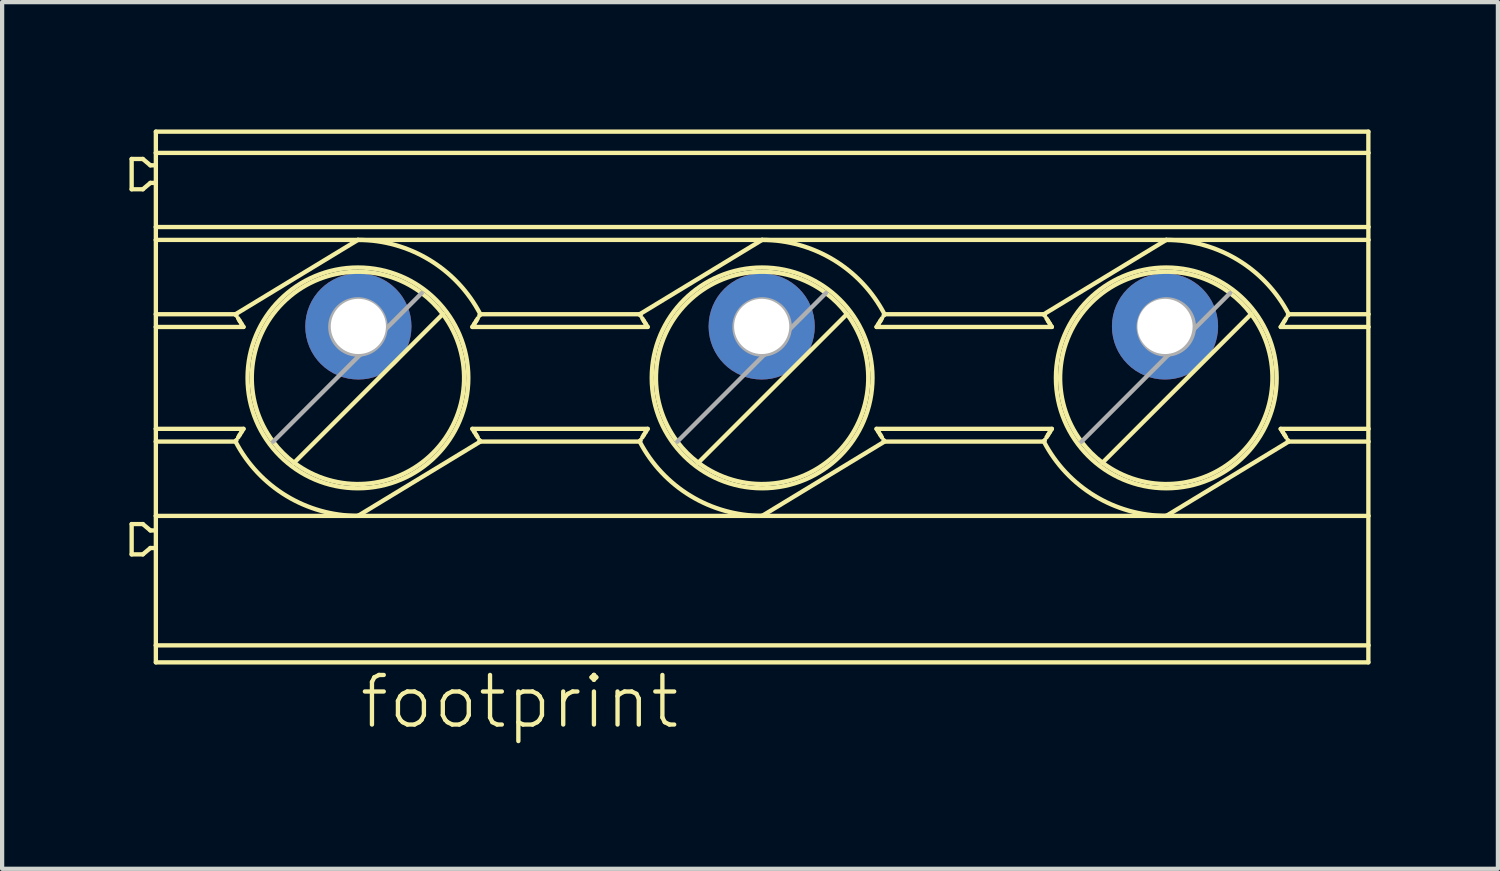
<source format=kicad_pcb>
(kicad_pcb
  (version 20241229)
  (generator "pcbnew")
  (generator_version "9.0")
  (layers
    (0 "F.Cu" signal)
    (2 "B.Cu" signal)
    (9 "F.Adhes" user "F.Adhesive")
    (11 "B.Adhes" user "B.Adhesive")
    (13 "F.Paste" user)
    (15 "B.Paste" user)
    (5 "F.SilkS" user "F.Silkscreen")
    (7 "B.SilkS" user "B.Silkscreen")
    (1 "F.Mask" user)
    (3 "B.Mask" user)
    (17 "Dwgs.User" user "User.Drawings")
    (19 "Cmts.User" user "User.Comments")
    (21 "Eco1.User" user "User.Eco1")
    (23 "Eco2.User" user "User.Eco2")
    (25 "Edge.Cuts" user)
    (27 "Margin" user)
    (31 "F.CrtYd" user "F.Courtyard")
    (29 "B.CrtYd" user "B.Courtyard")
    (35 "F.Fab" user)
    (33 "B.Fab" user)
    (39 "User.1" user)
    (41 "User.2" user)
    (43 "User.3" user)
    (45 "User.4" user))
  (footprint "footprint"
    (layer "F.Cu")
    (at 14.891 4.639)
    (property "Reference" "footprint" (at -9.525 9.525 0) (layer "F.SilkS") (effects (font (size 1.168 1.168) (thickness 0.102)) (justify left bottom)))
    (fp_line (start -14.84 -3.945) (end -14.577 -3.945) (stroke (width 0.102) (type solid)) (layer "F.SilkS"))
    (fp_line (start -14.84 -3.231) (end -14.84 -3.945) (stroke (width 0.102) (type solid)) (layer "F.SilkS"))
    (fp_line (start -14.84 5.369) (end -14.84 4.655) (stroke (width 0.102) (type solid)) (layer "F.SilkS"))
    (fp_line (start -14.577 -3.231) (end -14.84 -3.231) (stroke (width 0.102) (type solid)) (layer "F.SilkS"))
    (fp_line (start -14.577 4.655) (end -14.84 4.655) (stroke (width 0.102) (type solid)) (layer "F.SilkS"))
    (fp_line (start -14.577 4.655) (end -14.399 4.805) (stroke (width 0.102) (type solid)) (layer "F.SilkS"))
    (fp_line (start -14.577 5.369) (end -14.84 5.369) (stroke (width 0.102) (type solid)) (layer "F.SilkS"))
    (fp_line (start -14.399 -3.795) (end -14.577 -3.945) (stroke (width 0.102) (type solid)) (layer "F.SilkS"))
    (fp_line (start -14.399 -3.795) (end -14.27 -3.795) (stroke (width 0.102) (type solid)) (layer "F.SilkS"))
    (fp_line (start -14.399 -3.381) (end -14.577 -3.231) (stroke (width 0.102) (type solid)) (layer "F.SilkS"))
    (fp_line (start -14.399 4.805) (end -14.27 4.805) (stroke (width 0.102) (type solid)) (layer "F.SilkS"))
    (fp_line (start -14.399 5.219) (end -14.577 5.369) (stroke (width 0.102) (type solid)) (layer "F.SilkS"))
    (fp_line (start -14.27 -4.588) (end -14.27 -4.088) (stroke (width 0.102) (type solid)) (layer "F.SilkS"))
    (fp_line (start -14.27 -4.588) (end 14.29 -4.588) (stroke (width 0.102) (type solid)) (layer "F.SilkS"))
    (fp_line (start -14.27 -3.795) (end -14.27 -4.088) (stroke (width 0.102) (type solid)) (layer "F.SilkS"))
    (fp_line (start -14.27 -3.381) (end -14.399 -3.381) (stroke (width 0.102) (type solid)) (layer "F.SilkS"))
    (fp_line (start -14.27 -3.381) (end -14.27 -3.795) (stroke (width 0.102) (type solid)) (layer "F.SilkS"))
    (fp_line (start -14.27 -2.342) (end -14.27 -3.381) (stroke (width 0.102) (type solid)) (layer "F.SilkS"))
    (fp_line (start -14.27 -2.038) (end -14.27 -2.342) (stroke (width 0.102) (type solid)) (layer "F.SilkS"))
    (fp_line (start -14.27 -0.288) (end -14.27 -2.038) (stroke (width 0.102) (type solid)) (layer "F.SilkS"))
    (fp_line (start -14.27 -0.288) (end -14.27 0.012) (stroke (width 0.102) (type solid)) (layer "F.SilkS"))
    (fp_line (start -14.27 -0.288) (end -12.393 -0.288) (stroke (width 0.102) (type solid)) (layer "F.SilkS"))
    (fp_line (start -14.27 0.012) (end -14.27 2.412) (stroke (width 0.102) (type solid)) (layer "F.SilkS"))
    (fp_line (start -14.27 0.012) (end -12.205 0.012) (stroke (width 0.102) (type solid)) (layer "F.SilkS"))
    (fp_line (start -14.27 2.712) (end -14.27 2.412) (stroke (width 0.102) (type solid)) (layer "F.SilkS"))
    (fp_line (start -14.27 4.462) (end -14.27 2.712) (stroke (width 0.102) (type solid)) (layer "F.SilkS"))
    (fp_line (start -14.27 4.805) (end -14.27 4.462) (stroke (width 0.102) (type solid)) (layer "F.SilkS"))
    (fp_line (start -14.27 5.219) (end -14.399 5.219) (stroke (width 0.102) (type solid)) (layer "F.SilkS"))
    (fp_line (start -14.27 5.219) (end -14.27 4.805) (stroke (width 0.102) (type solid)) (layer "F.SilkS"))
    (fp_line (start -14.27 7.512) (end -14.27 5.219) (stroke (width 0.102) (type solid)) (layer "F.SilkS"))
    (fp_line (start -14.27 7.512) (end -14.27 7.912) (stroke (width 0.102) (type solid)) (layer "F.SilkS"))
    (fp_line (start -14.27 7.512) (end 14.29 7.512) (stroke (width 0.102) (type solid)) (layer "F.SilkS"))
    (fp_line (start -12.393 2.712) (end -14.27 2.712) (stroke (width 0.102) (type solid)) (layer "F.SilkS"))
    (fp_line (start -12.387 2.701) (end -12.38 2.689) (stroke (width 0.102) (type solid)) (layer "F.SilkS"))
    (fp_line (start -12.38 -0.266) (end -12.387 -0.277) (stroke (width 0.102) (type solid)) (layer "F.SilkS"))
    (fp_line (start -12.38 2.689) (end -12.372 2.678) (stroke (width 0.102) (type solid)) (layer "F.SilkS"))
    (fp_line (start -12.372 -0.254) (end -12.38 -0.266) (stroke (width 0.102) (type solid)) (layer "F.SilkS"))
    (fp_line (start -12.333 2.615) (end -12.294 2.552) (stroke (width 0.102) (type solid)) (layer "F.SilkS"))
    (fp_line (start -12.294 -0.128) (end -12.333 -0.191) (stroke (width 0.102) (type solid)) (layer "F.SilkS"))
    (fp_line (start -12.294 2.552) (end -12.255 2.49) (stroke (width 0.102) (type solid)) (layer "F.SilkS"))
    (fp_line (start -12.255 -0.066) (end -12.294 -0.128) (stroke (width 0.102) (type solid)) (layer "F.SilkS"))
    (fp_line (start -12.205 2.412) (end -14.27 2.412) (stroke (width 0.102) (type solid)) (layer "F.SilkS"))
    (fp_line (start -9.51 -2.038) (end -14.27 -2.038) (stroke (width 0.102) (type solid)) (layer "F.SilkS"))
    (fp_line (start -9.51 -2.038) (end -12.393 -0.288) (stroke (width 0.102) (type solid)) (layer "F.SilkS"))
    (fp_line (start -9.51 4.462) (end -14.27 4.462) (stroke (width 0.102) (type solid)) (layer "F.SilkS"))
    (fp_line (start -9.51 4.462) (end -6.627 2.712) (stroke (width 0.102) (type solid)) (layer "F.SilkS"))
    (fp_line (start -9.51 4.462) (end 0.01 4.462) (stroke (width 0.102) (type solid)) (layer "F.SilkS"))
    (fp_line (start -7.512 -0.291) (end -11.013 3.21) (stroke (width 0.102) (type solid)) (layer "F.SilkS"))
    (fp_line (start -6.815 0.012) (end -2.685 0.012) (stroke (width 0.102) (type solid)) (layer "F.SilkS"))
    (fp_line (start -6.765 2.49) (end -6.726 2.552) (stroke (width 0.102) (type solid)) (layer "F.SilkS"))
    (fp_line (start -6.726 -0.128) (end -6.765 -0.066) (stroke (width 0.102) (type solid)) (layer "F.SilkS"))
    (fp_line (start -6.726 2.552) (end -6.687 2.615) (stroke (width 0.102) (type solid)) (layer "F.SilkS"))
    (fp_line (start -6.687 -0.191) (end -6.726 -0.128) (stroke (width 0.102) (type solid)) (layer "F.SilkS"))
    (fp_line (start -6.648 2.678) (end -6.641 2.689) (stroke (width 0.102) (type solid)) (layer "F.SilkS"))
    (fp_line (start -6.641 -0.266) (end -6.648 -0.254) (stroke (width 0.102) (type solid)) (layer "F.SilkS"))
    (fp_line (start -6.641 2.689) (end -6.633 2.701) (stroke (width 0.102) (type solid)) (layer "F.SilkS"))
    (fp_line (start -6.633 -0.277) (end -6.641 -0.266) (stroke (width 0.102) (type solid)) (layer "F.SilkS"))
    (fp_line (start -6.627 -0.288) (end -2.873 -0.288) (stroke (width 0.102) (type solid)) (layer "F.SilkS"))
    (fp_line (start -2.873 2.712) (end -6.627 2.712) (stroke (width 0.102) (type solid)) (layer "F.SilkS"))
    (fp_line (start -2.867 2.701) (end -2.86 2.689) (stroke (width 0.102) (type solid)) (layer "F.SilkS"))
    (fp_line (start -2.86 2.689) (end -2.852 2.678) (stroke (width 0.102) (type solid)) (layer "F.SilkS"))
    (fp_line (start -2.859 -0.266) (end -2.867 -0.277) (stroke (width 0.102) (type solid)) (layer "F.SilkS"))
    (fp_line (start -2.852 -0.254) (end -2.859 -0.266) (stroke (width 0.102) (type solid)) (layer "F.SilkS"))
    (fp_line (start -2.813 2.615) (end -2.774 2.552) (stroke (width 0.102) (type solid)) (layer "F.SilkS"))
    (fp_line (start -2.774 -0.128) (end -2.813 -0.191) (stroke (width 0.102) (type solid)) (layer "F.SilkS"))
    (fp_line (start -2.774 2.552) (end -2.735 2.49) (stroke (width 0.102) (type solid)) (layer "F.SilkS"))
    (fp_line (start -2.735 -0.066) (end -2.774 -0.128) (stroke (width 0.102) (type solid)) (layer "F.SilkS"))
    (fp_line (start -2.685 2.412) (end -6.815 2.412) (stroke (width 0.102) (type solid)) (layer "F.SilkS"))
    (fp_line (start 0.01 -2.038) (end -9.51 -2.038) (stroke (width 0.102) (type solid)) (layer "F.SilkS"))
    (fp_line (start 0.01 -2.038) (end -2.873 -0.288) (stroke (width 0.102) (type solid)) (layer "F.SilkS"))
    (fp_line (start 0.01 4.462) (end 2.893 2.712) (stroke (width 0.102) (type solid)) (layer "F.SilkS"))
    (fp_line (start 0.01 4.462) (end 9.53 4.462) (stroke (width 0.102) (type solid)) (layer "F.SilkS"))
    (fp_line (start 2.008 -0.291) (end -1.493 3.21) (stroke (width 0.102) (type solid)) (layer "F.SilkS"))
    (fp_line (start 2.705 0.012) (end 6.835 0.012) (stroke (width 0.102) (type solid)) (layer "F.SilkS"))
    (fp_line (start 2.755 2.49) (end 2.794 2.552) (stroke (width 0.102) (type solid)) (layer "F.SilkS"))
    (fp_line (start 2.794 -0.128) (end 2.755 -0.066) (stroke (width 0.102) (type solid)) (layer "F.SilkS"))
    (fp_line (start 2.794 2.552) (end 2.833 2.615) (stroke (width 0.102) (type solid)) (layer "F.SilkS"))
    (fp_line (start 2.833 -0.191) (end 2.794 -0.128) (stroke (width 0.102) (type solid)) (layer "F.SilkS"))
    (fp_line (start 2.872 2.678) (end 2.88 2.689) (stroke (width 0.102) (type solid)) (layer "F.SilkS"))
    (fp_line (start 2.88 -0.266) (end 2.872 -0.254) (stroke (width 0.102) (type solid)) (layer "F.SilkS"))
    (fp_line (start 2.88 2.689) (end 2.887 2.701) (stroke (width 0.102) (type solid)) (layer "F.SilkS"))
    (fp_line (start 2.887 -0.277) (end 2.88 -0.266) (stroke (width 0.102) (type solid)) (layer "F.SilkS"))
    (fp_line (start 2.893 -0.288) (end 6.647 -0.288) (stroke (width 0.102) (type solid)) (layer "F.SilkS"))
    (fp_line (start 6.647 2.712) (end 2.893 2.712) (stroke (width 0.102) (type solid)) (layer "F.SilkS"))
    (fp_line (start 6.653 2.701) (end 6.66 2.689) (stroke (width 0.102) (type solid)) (layer "F.SilkS"))
    (fp_line (start 6.66 2.689) (end 6.668 2.678) (stroke (width 0.102) (type solid)) (layer "F.SilkS"))
    (fp_line (start 6.661 -0.266) (end 6.653 -0.277) (stroke (width 0.102) (type solid)) (layer "F.SilkS"))
    (fp_line (start 6.668 -0.254) (end 6.661 -0.266) (stroke (width 0.102) (type solid)) (layer "F.SilkS"))
    (fp_line (start 6.707 2.615) (end 6.746 2.552) (stroke (width 0.102) (type solid)) (layer "F.SilkS"))
    (fp_line (start 6.746 -0.128) (end 6.707 -0.191) (stroke (width 0.102) (type solid)) (layer "F.SilkS"))
    (fp_line (start 6.746 2.552) (end 6.785 2.49) (stroke (width 0.102) (type solid)) (layer "F.SilkS"))
    (fp_line (start 6.785 -0.066) (end 6.746 -0.128) (stroke (width 0.102) (type solid)) (layer "F.SilkS"))
    (fp_line (start 6.835 2.412) (end 2.705 2.412) (stroke (width 0.102) (type solid)) (layer "F.SilkS"))
    (fp_line (start 9.53 -2.038) (end 0.01 -2.038) (stroke (width 0.102) (type solid)) (layer "F.SilkS"))
    (fp_line (start 9.53 -2.038) (end 6.647 -0.288) (stroke (width 0.102) (type solid)) (layer "F.SilkS"))
    (fp_line (start 9.53 -2.038) (end 14.29 -2.038) (stroke (width 0.102) (type solid)) (layer "F.SilkS"))
    (fp_line (start 9.53 4.462) (end 12.413 2.712) (stroke (width 0.102) (type solid)) (layer "F.SilkS"))
    (fp_line (start 9.53 4.462) (end 14.29 4.462) (stroke (width 0.102) (type solid)) (layer "F.SilkS"))
    (fp_line (start 11.528 -0.291) (end 8.027 3.21) (stroke (width 0.102) (type solid)) (layer "F.SilkS"))
    (fp_line (start 12.225 0.012) (end 14.29 0.012) (stroke (width 0.102) (type solid)) (layer "F.SilkS"))
    (fp_line (start 12.275 2.49) (end 12.314 2.552) (stroke (width 0.102) (type solid)) (layer "F.SilkS"))
    (fp_line (start 12.314 -0.128) (end 12.275 -0.066) (stroke (width 0.102) (type solid)) (layer "F.SilkS"))
    (fp_line (start 12.314 2.552) (end 12.353 2.615) (stroke (width 0.102) (type solid)) (layer "F.SilkS"))
    (fp_line (start 12.353 -0.191) (end 12.314 -0.128) (stroke (width 0.102) (type solid)) (layer "F.SilkS"))
    (fp_line (start 12.392 2.678) (end 12.399 2.689) (stroke (width 0.102) (type solid)) (layer "F.SilkS"))
    (fp_line (start 12.399 -0.266) (end 12.392 -0.254) (stroke (width 0.102) (type solid)) (layer "F.SilkS"))
    (fp_line (start 12.399 2.689) (end 12.407 2.701) (stroke (width 0.102) (type solid)) (layer "F.SilkS"))
    (fp_line (start 12.407 -0.277) (end 12.399 -0.266) (stroke (width 0.102) (type solid)) (layer "F.SilkS"))
    (fp_line (start 12.413 -0.288) (end 14.29 -0.288) (stroke (width 0.102) (type solid)) (layer "F.SilkS"))
    (fp_line (start 14.29 -4.588) (end 14.29 -4.088) (stroke (width 0.102) (type solid)) (layer "F.SilkS"))
    (fp_line (start 14.29 -4.088) (end -14.27 -4.088) (stroke (width 0.102) (type solid)) (layer "F.SilkS"))
    (fp_line (start 14.29 -2.342) (end -14.27 -2.342) (stroke (width 0.102) (type solid)) (layer "F.SilkS"))
    (fp_line (start 14.29 -2.342) (end 14.29 -4.088) (stroke (width 0.102) (type solid)) (layer "F.SilkS"))
    (fp_line (start 14.29 -2.038) (end 14.29 -2.342) (stroke (width 0.102) (type solid)) (layer "F.SilkS"))
    (fp_line (start 14.29 -0.288) (end 14.29 -2.038) (stroke (width 0.102) (type solid)) (layer "F.SilkS"))
    (fp_line (start 14.29 -0.288) (end 14.29 0.012) (stroke (width 0.102) (type solid)) (layer "F.SilkS"))
    (fp_line (start 14.29 2.412) (end 12.225 2.412) (stroke (width 0.102) (type solid)) (layer "F.SilkS"))
    (fp_line (start 14.29 2.412) (end 14.29 0.012) (stroke (width 0.102) (type solid)) (layer "F.SilkS"))
    (fp_line (start 14.29 2.712) (end 12.413 2.712) (stroke (width 0.102) (type solid)) (layer "F.SilkS"))
    (fp_line (start 14.29 2.712) (end 14.29 2.412) (stroke (width 0.102) (type solid)) (layer "F.SilkS"))
    (fp_line (start 14.29 2.712) (end 14.29 4.462) (stroke (width 0.102) (type solid)) (layer "F.SilkS"))
    (fp_line (start 14.29 7.512) (end 14.29 4.462) (stroke (width 0.102) (type solid)) (layer "F.SilkS"))
    (fp_line (start 14.29 7.912) (end -14.27 7.912) (stroke (width 0.102) (type solid)) (layer "F.SilkS"))
    (fp_line (start 14.29 7.912) (end 14.29 7.512) (stroke (width 0.102) (type solid)) (layer "F.SilkS"))
    (fp_arc (start -12.2547 2.4895) (mid -12.22988 2.450698) (end -12.2049 2.412) (stroke (width 0.1016) (type solid)) (layer "F.SilkS"))
    (fp_arc (start -12.2049 0.012) (mid -12.229881 -0.026698) (end -12.2547 -0.0655) (stroke (width 0.1016) (type solid)) (layer "F.SilkS"))
    (fp_arc (start -11.5078 2.714898) (mid -11.277754 -0.555756) (end -8.0071 -0.7858) (stroke (width 0.1016) (type solid)) (layer "F.SilkS"))
    (fp_arc (start -11.0129 3.2098) (mid -11.277758 2.979758) (end -11.5078 2.7149) (stroke (width 0.1016) (type solid)) (layer "F.SilkS"))
    (fp_arc (start -9.51 -2.037999) (mid -7.823681 -1.566253) (end -6.6269 -0.288) (stroke (width 0.1016) (type solid)) (layer "F.SilkS"))
    (fp_arc (start -9.509999 4.462) (mid -11.196319 3.990254) (end -12.3931 2.712) (stroke (width 0.1016) (type solid)) (layer "F.SilkS"))
    (fp_arc (start -8.0071 -0.7858) (mid -7.742253 -0.555747) (end -7.5122 -0.2909) (stroke (width 0.1016) (type solid)) (layer "F.SilkS"))
    (fp_arc (start -7.512198 -0.2909) (mid -7.742244 2.979756) (end -11.0129 3.2098) (stroke (width 0.1016) (type solid)) (layer "F.SilkS"))
    (fp_arc (start -6.8151 2.412) (mid -6.790069 2.450698) (end -6.7652 2.4895) (stroke (width 0.1016) (type solid)) (layer "F.SilkS"))
    (fp_arc (start -6.7652 -0.0655) (mid -6.790069 -0.026698) (end -6.8151 0.012) (stroke (width 0.1016) (type solid)) (layer "F.SilkS"))
    (fp_arc (start -2.7347 2.4895) (mid -2.709881 2.450698) (end -2.6849 2.412) (stroke (width 0.1016) (type solid)) (layer "F.SilkS"))
    (fp_arc (start -2.6849 0.012) (mid -2.709881 -0.026698) (end -2.7347 -0.0655) (stroke (width 0.1016) (type solid)) (layer "F.SilkS"))
    (fp_arc (start -1.987802 2.714898) (mid -1.757755 -0.555757) (end 1.5129 -0.7858) (stroke (width 0.1016) (type solid)) (layer "F.SilkS"))
    (fp_arc (start -1.4929 3.2098) (mid -1.757758 2.979758) (end -1.9878 2.7149) (stroke (width 0.1016) (type solid)) (layer "F.SilkS"))
    (fp_arc (start 0.01 -2.038) (mid 1.696319 -1.566253) (end 2.8931 -0.288) (stroke (width 0.1016) (type solid)) (layer "F.SilkS"))
    (fp_arc (start 0.010001 4.461999) (mid -1.676318 3.990253) (end -2.8731 2.712) (stroke (width 0.1016) (type solid)) (layer "F.SilkS"))
    (fp_arc (start 1.5129 -0.7858) (mid 1.777751 -0.555751) (end 2.0078 -0.2909) (stroke (width 0.1016) (type solid)) (layer "F.SilkS"))
    (fp_arc (start 2.0078 -0.2909) (mid 1.777755 2.979755) (end -1.4929 3.2098) (stroke (width 0.1016) (type solid)) (layer "F.SilkS"))
    (fp_arc (start 2.7049 2.412) (mid 2.729931 2.450698) (end 2.7548 2.4895) (stroke (width 0.1016) (type solid)) (layer "F.SilkS"))
    (fp_arc (start 2.7548 -0.0655) (mid 2.729931 -0.026698) (end 2.7049 0.012) (stroke (width 0.1016) (type solid)) (layer "F.SilkS"))
    (fp_arc (start 6.7853 2.4895) (mid 6.810119 2.450698) (end 6.8351 2.412) (stroke (width 0.1016) (type solid)) (layer "F.SilkS"))
    (fp_arc (start 6.8351 0.012) (mid 6.810119 -0.026698) (end 6.7853 -0.0655) (stroke (width 0.1016) (type solid)) (layer "F.SilkS"))
    (fp_arc (start 7.532198 2.714898) (mid 7.762245 -0.555757) (end 11.0329 -0.7858) (stroke (width 0.1016) (type solid)) (layer "F.SilkS"))
    (fp_arc (start 8.0271 3.2098) (mid 7.762246 2.979754) (end 7.5322 2.7149) (stroke (width 0.1016) (type solid)) (layer "F.SilkS"))
    (fp_arc (start 9.53 -2.038) (mid 11.216319 -1.566253) (end 12.4131 -0.288) (stroke (width 0.1016) (type solid)) (layer "F.SilkS"))
    (fp_arc (start 9.530001 4.461999) (mid 7.843682 3.990253) (end 6.6469 2.712) (stroke (width 0.1016) (type solid)) (layer "F.SilkS"))
    (fp_arc (start 11.0329 -0.7858) (mid 11.297751 -0.555751) (end 11.5278 -0.2909) (stroke (width 0.1016) (type solid)) (layer "F.SilkS"))
    (fp_arc (start 11.5278 -0.2909) (mid 11.297755 2.979755) (end 8.0271 3.2098) (stroke (width 0.1016) (type solid)) (layer "F.SilkS"))
    (fp_arc (start 12.2249 2.412) (mid 12.249931 2.450698) (end 12.2748 2.4895) (stroke (width 0.1016) (type solid)) (layer "F.SilkS"))
    (fp_arc (start 12.2748 -0.0655) (mid 12.249931 -0.026698) (end 12.2249 0.012) (stroke (width 0.1016) (type solid)) (layer "F.SilkS"))
    (fp_circle (center -9.51 1.212) (end -6.91 1.212) (stroke (width 0.102) (type solid)) (fill no) (layer "F.SilkS"))
    (fp_circle (center 0.01 1.212) (end 2.61 1.212) (stroke (width 0.102) (type solid)) (fill no) (layer "F.SilkS"))
    (fp_circle (center 9.53 1.212) (end 12.13 1.212) (stroke (width 0.102) (type solid)) (fill no) (layer "F.SilkS"))
    (fp_line (start -9.452 0.659) (end -11.508 2.715) (stroke (width 0.102) (type solid)) (layer "F.Fab"))
    (fp_line (start -8.863 0.07) (end -9.452 0.659) (stroke (width 0.102) (type solid)) (layer "F.Fab"))
    (fp_line (start -8.007 -0.786) (end -8.863 0.07) (stroke (width 0.102) (type solid)) (layer "F.Fab"))
    (fp_line (start 0.068 0.659) (end -1.988 2.715) (stroke (width 0.102) (type solid)) (layer "F.Fab"))
    (fp_line (start 0.657 0.07) (end 0.068 0.659) (stroke (width 0.102) (type solid)) (layer "F.Fab"))
    (fp_line (start 1.513 -0.786) (end 0.657 0.07) (stroke (width 0.102) (type solid)) (layer "F.Fab"))
    (fp_line (start 9.588 0.659) (end 7.532 2.715) (stroke (width 0.102) (type solid)) (layer "F.Fab"))
    (fp_line (start 10.177 0.07) (end 9.588 0.659) (stroke (width 0.102) (type solid)) (layer "F.Fab"))
    (fp_line (start 11.033 -0.786) (end 10.177 0.07) (stroke (width 0.102) (type solid)) (layer "F.Fab"))
    (fp_arc (start -9.452401 0.659399) (mid -9.969588 -0.447591) (end -8.8626 0.0696) (stroke (width 0.1016) (type solid)) (layer "F.Fab"))
    (fp_arc (start -8.862599 0.069599) (mid -9.05041 0.471589) (end -9.4524 0.6594) (stroke (width 0.1016) (type solid)) (layer "F.Fab"))
    (fp_arc (start 0.067598 0.6594) (mid -0.44959 -0.447592) (end 0.6574 0.0696) (stroke (width 0.1016) (type solid)) (layer "F.Fab"))
    (fp_arc (start 0.6574 0.069598) (mid 0.46959 0.471588) (end 0.0676 0.6594) (stroke (width 0.1016) (type solid)) (layer "F.Fab"))
    (fp_arc (start 9.587598 0.6594) (mid 9.07041 -0.447592) (end 10.1774 0.0696) (stroke (width 0.1016) (type solid)) (layer "F.Fab"))
    (fp_arc (start 10.1774 0.069598) (mid 9.98959 0.471588) (end 9.5876 0.6594) (stroke (width 0.1016) (type solid)) (layer "F.Fab"))
    (pad "1" thru_hole circle (at -9.5 0) (size 2.5 2.5) (drill 1.3) (layers "*.Cu" "*.Mask"))
    (pad "2" thru_hole circle (at 0 0) (size 2.5 2.5) (drill 1.3) (layers "*.Cu" "*.Mask"))
    (pad "3" thru_hole circle (at 9.5 0) (size 2.5 2.5) (drill 1.3) (layers "*.Cu" "*.Mask")))
  (gr_rect
    (start -3 -3)
    (end 32.232 17.414)
    (stroke (width 0.1) (type default))
    (fill no)
    (layer "Edge.Cuts")))
</source>
